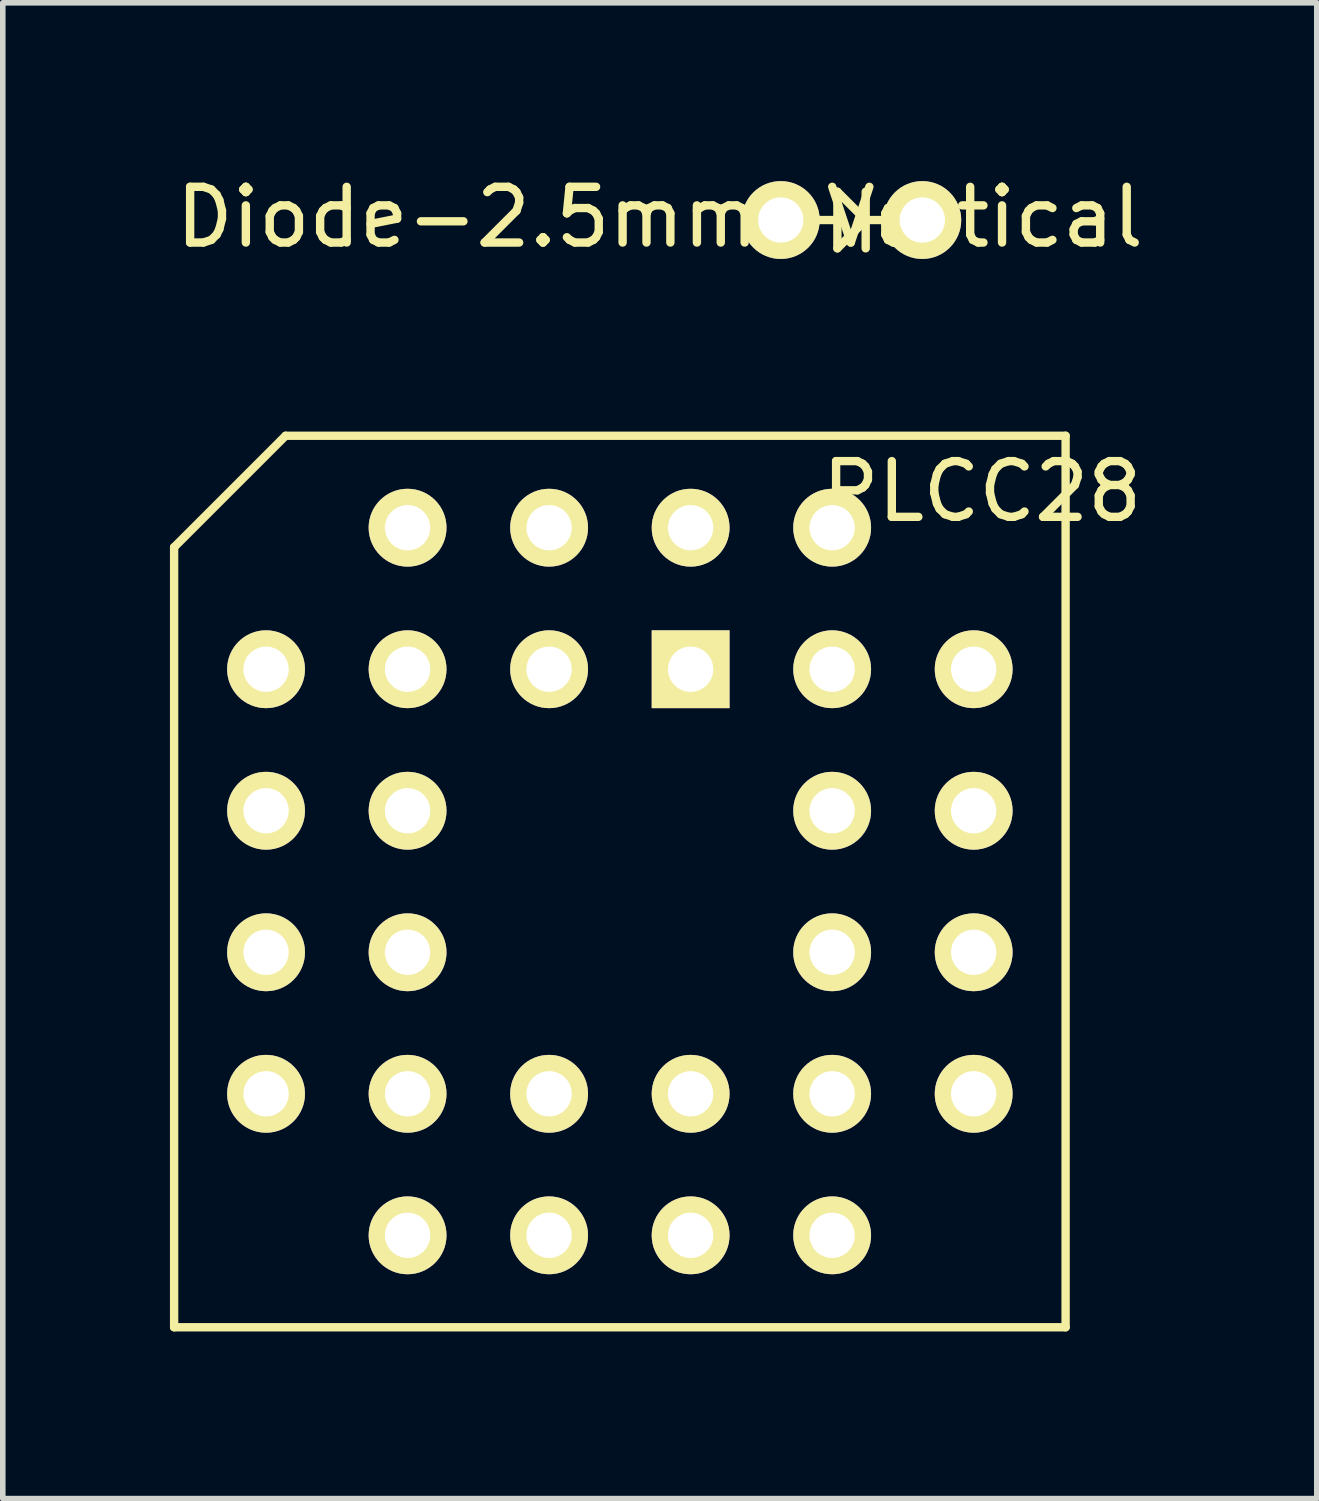
<source format=kicad_pcb>
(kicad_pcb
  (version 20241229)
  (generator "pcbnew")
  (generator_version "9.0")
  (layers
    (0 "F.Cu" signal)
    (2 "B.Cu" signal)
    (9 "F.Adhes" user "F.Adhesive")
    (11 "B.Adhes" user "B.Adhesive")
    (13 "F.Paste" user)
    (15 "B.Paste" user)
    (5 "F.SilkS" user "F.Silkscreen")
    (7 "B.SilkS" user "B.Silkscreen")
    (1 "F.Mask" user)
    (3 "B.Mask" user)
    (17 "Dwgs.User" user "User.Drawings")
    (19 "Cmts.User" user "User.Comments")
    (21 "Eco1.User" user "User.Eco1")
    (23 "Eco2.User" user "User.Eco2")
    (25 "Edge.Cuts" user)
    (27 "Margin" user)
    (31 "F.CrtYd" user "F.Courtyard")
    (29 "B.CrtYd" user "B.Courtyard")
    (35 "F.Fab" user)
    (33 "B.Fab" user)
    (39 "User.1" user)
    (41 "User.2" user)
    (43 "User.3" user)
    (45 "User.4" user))
  (footprint "PLCC28"
    (layer "F.Cu")
    (at 8.075 12.771)
    (property "Reference" "PLCC28" (at 6.5 -7 0) (layer "F.SilkS") (effects (font (size 1 1) (thickness 0.15))))
    (attr through_hole)
    (fp_line (start -8 -6) (end -8 8) (stroke (width 0.15) (type solid)) (layer "F.SilkS"))
    (fp_line (start -8 8) (end 8 8) (stroke (width 0.15) (type solid)) (layer "F.SilkS"))
    (fp_line (start -6 -8) (end -8 -6) (stroke (width 0.15) (type solid)) (layer "F.SilkS"))
    (fp_line (start 8 -8) (end -6 -8) (stroke (width 0.15) (type solid)) (layer "F.SilkS"))
    (fp_line (start 8 8) (end 8 -8) (stroke (width 0.15) (type solid)) (layer "F.SilkS"))
    (pad "1" thru_hole rect (at 1.27 -3.81) (size 1.397 1.397) (drill 0.813) (layers "*.Cu" "*.Mask" "F.SilkS"))
    (pad "2" thru_hole circle (at -1.27 -6.35) (size 1.397 1.397) (drill 0.813) (layers "*.Cu" "*.Mask" "F.SilkS"))
    (pad "3" thru_hole circle (at -1.27 -3.81) (size 1.397 1.397) (drill 0.813) (layers "*.Cu" "*.Mask" "F.SilkS"))
    (pad "4" thru_hole circle (at -3.81 -6.35) (size 1.397 1.397) (drill 0.813) (layers "*.Cu" "*.Mask" "F.SilkS"))
    (pad "5" thru_hole circle (at -6.35 -3.81) (size 1.397 1.397) (drill 0.813) (layers "*.Cu" "*.Mask" "F.SilkS"))
    (pad "6" thru_hole circle (at -3.81 -3.81) (size 1.397 1.397) (drill 0.813) (layers "*.Cu" "*.Mask" "F.SilkS"))
    (pad "7" thru_hole circle (at -6.35 -1.27) (size 1.397 1.397) (drill 0.813) (layers "*.Cu" "*.Mask" "F.SilkS"))
    (pad "8" thru_hole circle (at -3.81 -1.27) (size 1.397 1.397) (drill 0.813) (layers "*.Cu" "*.Mask" "F.SilkS"))
    (pad "9" thru_hole circle (at -6.35 1.27) (size 1.397 1.397) (drill 0.813) (layers "*.Cu" "*.Mask" "F.SilkS"))
    (pad "10" thru_hole circle (at -3.81 1.27) (size 1.397 1.397) (drill 0.813) (layers "*.Cu" "*.Mask" "F.SilkS"))
    (pad "11" thru_hole circle (at -6.35 3.81) (size 1.397 1.397) (drill 0.813) (layers "*.Cu" "*.Mask" "F.SilkS"))
    (pad "12" thru_hole circle (at -3.81 6.35) (size 1.397 1.397) (drill 0.813) (layers "*.Cu" "*.Mask" "F.SilkS"))
    (pad "13" thru_hole circle (at -3.81 3.81) (size 1.397 1.397) (drill 0.813) (layers "*.Cu" "*.Mask" "F.SilkS"))
    (pad "14" thru_hole circle (at -1.27 6.35) (size 1.397 1.397) (drill 0.813) (layers "*.Cu" "*.Mask" "F.SilkS"))
    (pad "15" thru_hole circle (at -1.27 3.81) (size 1.397 1.397) (drill 0.813) (layers "*.Cu" "*.Mask" "F.SilkS"))
    (pad "16" thru_hole circle (at 1.27 6.35) (size 1.397 1.397) (drill 0.813) (layers "*.Cu" "*.Mask" "F.SilkS"))
    (pad "17" thru_hole circle (at 1.27 3.81) (size 1.397 1.397) (drill 0.813) (layers "*.Cu" "*.Mask" "F.SilkS"))
    (pad "18" thru_hole circle (at 3.81 6.35) (size 1.397 1.397) (drill 0.813) (layers "*.Cu" "*.Mask" "F.SilkS"))
    (pad "19" thru_hole circle (at 6.35 3.81) (size 1.397 1.397) (drill 0.813) (layers "*.Cu" "*.Mask" "F.SilkS"))
    (pad "20" thru_hole circle (at 3.81 3.81) (size 1.397 1.397) (drill 0.813) (layers "*.Cu" "*.Mask" "F.SilkS"))
    (pad "21" thru_hole circle (at 6.35 1.27) (size 1.397 1.397) (drill 0.813) (layers "*.Cu" "*.Mask" "F.SilkS"))
    (pad "22" thru_hole circle (at 3.81 1.27) (size 1.397 1.397) (drill 0.813) (layers "*.Cu" "*.Mask" "F.SilkS"))
    (pad "23" thru_hole circle (at 6.35 -1.27) (size 1.397 1.397) (drill 0.813) (layers "*.Cu" "*.Mask" "F.SilkS"))
    (pad "24" thru_hole circle (at 3.81 -1.27) (size 1.397 1.397) (drill 0.813) (layers "*.Cu" "*.Mask" "F.SilkS"))
    (pad "25" thru_hole circle (at 6.35 -3.81) (size 1.397 1.397) (drill 0.813) (layers "*.Cu" "*.Mask" "F.SilkS"))
    (pad "26" thru_hole circle (at 3.81 -6.35) (size 1.397 1.397) (drill 0.813) (layers "*.Cu" "*.Mask" "F.SilkS"))
    (pad "27" thru_hole circle (at 3.81 -3.81) (size 1.397 1.397) (drill 0.813) (layers "*.Cu" "*.Mask" "F.SilkS"))
    (pad "28" thru_hole circle (at 1.27 -6.35) (size 1.397 1.397) (drill 0.813) (layers "*.Cu" "*.Mask" "F.SilkS")))
  (footprint "Diode-2.5mm-Vertical"
    (layer "F.Cu")
    (at 12.233 0.899)
    (property "Reference" "Diode-2.5mm-Vertical" (at -3.442 -0.051 0) (layer "F.SilkS") (effects (font (size 1 1) (thickness 0.15))))
    (attr through_hole)
    (fp_line (start -0.254 -0.508) (end -0.254 0.508) (stroke (width 0.15) (type solid)) (layer "F.SilkS"))
    (fp_line (start -0.254 0) (end -0.635 0) (stroke (width 0.15) (type solid)) (layer "F.SilkS"))
    (fp_line (start 0.254 -0.508) (end 0.254 0.508) (stroke (width 0.15) (type solid)) (layer "F.SilkS"))
    (fp_line (start 0.254 0) (end -0.254 -0.508) (stroke (width 0.15) (type solid)) (layer "F.SilkS"))
    (fp_line (start 0.254 0) (end -0.254 0.508) (stroke (width 0.15) (type solid)) (layer "F.SilkS"))
    (fp_line (start 0.254 0) (end 0.635 0) (stroke (width 0.15) (type solid)) (layer "F.SilkS"))
    (pad "1" thru_hole circle (at -1.27 0) (size 1.397 1.397) (drill 0.813) (layers "*.Cu" "*.Mask" "F.SilkS"))
    (pad "2" thru_hole circle (at 1.27 0) (size 1.397 1.397) (drill 0.813) (layers "*.Cu" "*.Mask" "F.SilkS")))
  (gr_rect
    (start -3 -3)
    (end 20.583 23.846)
    (stroke (width 0.1) (type default))
    (fill no)
    (layer "Edge.Cuts")))
</source>
